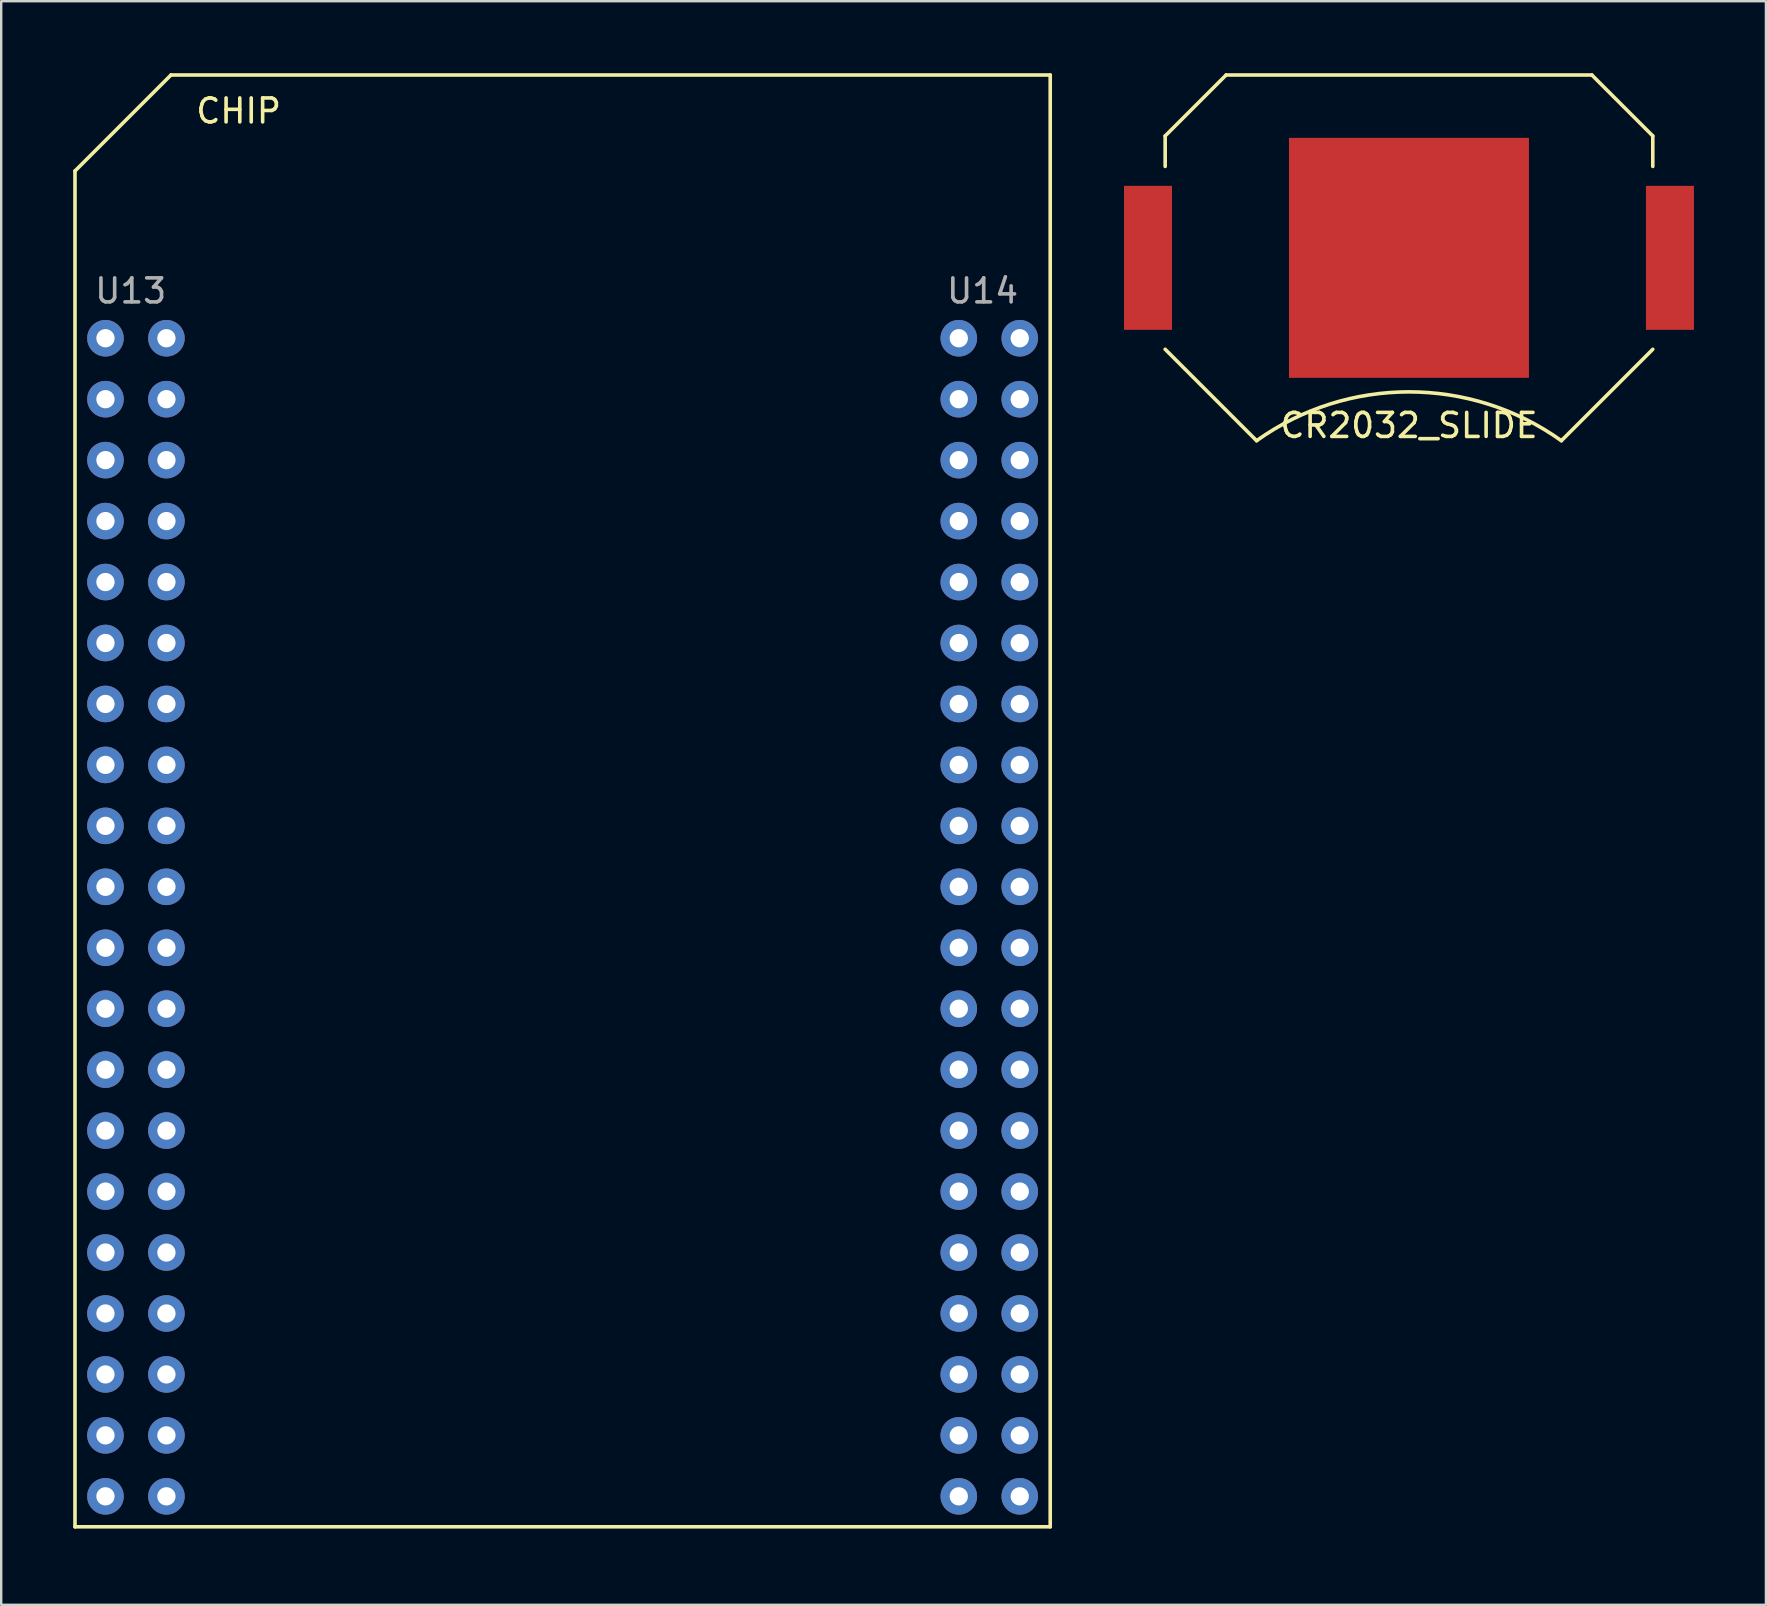
<source format=kicad_pcb>
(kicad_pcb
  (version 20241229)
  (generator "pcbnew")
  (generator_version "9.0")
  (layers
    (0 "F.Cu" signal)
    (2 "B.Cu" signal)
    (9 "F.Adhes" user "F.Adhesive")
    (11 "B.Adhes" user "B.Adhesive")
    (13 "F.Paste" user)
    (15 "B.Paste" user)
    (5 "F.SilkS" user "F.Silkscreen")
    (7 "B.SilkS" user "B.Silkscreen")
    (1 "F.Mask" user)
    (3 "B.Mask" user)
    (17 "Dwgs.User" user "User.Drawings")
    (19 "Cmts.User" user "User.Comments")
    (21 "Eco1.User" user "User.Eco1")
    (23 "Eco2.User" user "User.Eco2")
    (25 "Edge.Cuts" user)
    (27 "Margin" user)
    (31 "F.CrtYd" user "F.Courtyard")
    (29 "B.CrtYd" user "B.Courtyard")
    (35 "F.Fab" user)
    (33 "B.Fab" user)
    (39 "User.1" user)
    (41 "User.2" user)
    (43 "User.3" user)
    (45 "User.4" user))
  (footprint "CR2032_SLIDE"
    (layer "F.Cu")
    (at 55.665 7.695)
    (property "Reference" "CR2032_SLIDE" (at 0 6.985 0) (layer "F.SilkS") (effects (font (size 1 1) (thickness 0.15))))
    (attr through_hole)
    (fp_line (start -10.16 -5.08) (end -7.62 -7.62) (stroke (width 0.15) (type solid)) (layer "F.SilkS"))
    (fp_line (start -10.16 -3.81) (end -10.16 -5.08) (stroke (width 0.15) (type solid)) (layer "F.SilkS"))
    (fp_line (start -10.16 3.81) (end -6.35 7.62) (stroke (width 0.15) (type solid)) (layer "F.SilkS"))
    (fp_line (start -7.62 -7.62) (end 7.62 -7.62) (stroke (width 0.15) (type solid)) (layer "F.SilkS"))
    (fp_line (start 6.35 7.62) (end 10.16 3.81) (stroke (width 0.15) (type solid)) (layer "F.SilkS"))
    (fp_line (start 7.62 -7.62) (end 10.16 -5.08) (stroke (width 0.15) (type solid)) (layer "F.SilkS"))
    (fp_line (start 10.16 -5.08) (end 10.16 -3.81) (stroke (width 0.15) (type solid)) (layer "F.SilkS"))
    (fp_arc (start -6.35 7.62) (mid 0 5.585047) (end 6.35 7.62) (stroke (width 0.15) (type solid)) (layer "F.SilkS"))
    (pad "1" smd rect (at -10.875 0) (size 2 6) (layers "F.Cu" "F.Mask" "F.Paste"))
    (pad "1" smd rect (at 10.875 0) (size 2 6) (layers "F.Cu" "F.Mask" "F.Paste"))
    (pad "2" smd rect (at 0 0) (size 10 10) (layers "F.Cu" "F.Mask" "F.Paste")))
  (footprint "CHIP"
    (layer "F.Cu")
    (at 20.395 60.575)
    (property "Reference" "CHIP" (at -13.5 -59 0) (layer "F.SilkS") (effects (font (size 1 1) (thickness 0.15))))
    (attr through_hole)
    (fp_line (start -20.32 -56.5) (end -20.32 0) (stroke (width 0.15) (type solid)) (layer "F.SilkS"))
    (fp_line (start -20.32 -56.5) (end -16.32 -60.5) (stroke (width 0.15) (type solid)) (layer "F.SilkS"))
    (fp_line (start -20.32 0) (end 20.32 0) (stroke (width 0.15) (type solid)) (layer "F.SilkS"))
    (fp_line (start 20.32 -60.5) (end -16.32 -60.5) (stroke (width 0.15) (type solid)) (layer "F.SilkS"))
    (fp_line (start 20.32 0) (end 20.32 -60.5) (stroke (width 0.15) (type solid)) (layer "F.SilkS"))
    (fp_text user "U13" (at -18 -51.5 0) (layer "F.Fab") (effects (font (size 1 1) (thickness 0.15))))
    (fp_text user "U14" (at 17.5 -51.5 0) (layer "F.Fab") (effects (font (size 1 1) (thickness 0.15))))
    (pad "1" thru_hole circle (at -19.05 -49.53) (size 1.524 1.524) (drill 0.762) (layers "*.Cu" "*.Mask"))
    (pad "2" thru_hole circle (at -16.51 -49.53) (size 1.524 1.524) (drill 0.762) (layers "*.Cu" "*.Mask"))
    (pad "3" thru_hole circle (at -19.05 -46.99) (size 1.524 1.524) (drill 0.762) (layers "*.Cu" "*.Mask"))
    (pad "4" thru_hole circle (at -16.51 -46.99) (size 1.524 1.524) (drill 0.762) (layers "*.Cu" "*.Mask"))
    (pad "5" thru_hole circle (at -19.05 -44.45) (size 1.524 1.524) (drill 0.762) (layers "*.Cu" "*.Mask"))
    (pad "6" thru_hole circle (at -16.51 -44.45) (size 1.524 1.524) (drill 0.762) (layers "*.Cu" "*.Mask"))
    (pad "7" thru_hole circle (at -19.05 -41.91) (size 1.524 1.524) (drill 0.762) (layers "*.Cu" "*.Mask"))
    (pad "8" thru_hole circle (at -16.51 -41.91) (size 1.524 1.524) (drill 0.762) (layers "*.Cu" "*.Mask"))
    (pad "9" thru_hole circle (at -19.05 -39.37) (size 1.524 1.524) (drill 0.762) (layers "*.Cu" "*.Mask"))
    (pad "10" thru_hole circle (at -16.51 -39.37) (size 1.524 1.524) (drill 0.762) (layers "*.Cu" "*.Mask"))
    (pad "11" thru_hole circle (at -19.05 -36.83) (size 1.524 1.524) (drill 0.762) (layers "*.Cu" "*.Mask"))
    (pad "12" thru_hole circle (at -16.51 -36.83) (size 1.524 1.524) (drill 0.762) (layers "*.Cu" "*.Mask"))
    (pad "13" thru_hole circle (at -19.05 -34.29) (size 1.524 1.524) (drill 0.762) (layers "*.Cu" "*.Mask"))
    (pad "14" thru_hole circle (at -16.51 -34.29) (size 1.524 1.524) (drill 0.762) (layers "*.Cu" "*.Mask"))
    (pad "15" thru_hole circle (at -19.05 -31.75) (size 1.524 1.524) (drill 0.762) (layers "*.Cu" "*.Mask"))
    (pad "16" thru_hole circle (at -16.51 -31.75) (size 1.524 1.524) (drill 0.762) (layers "*.Cu" "*.Mask"))
    (pad "17" thru_hole circle (at -19.05 -29.21) (size 1.524 1.524) (drill 0.762) (layers "*.Cu" "*.Mask"))
    (pad "18" thru_hole circle (at -16.51 -29.21) (size 1.524 1.524) (drill 0.762) (layers "*.Cu" "*.Mask"))
    (pad "19" thru_hole circle (at -19.05 -26.67) (size 1.524 1.524) (drill 0.762) (layers "*.Cu" "*.Mask"))
    (pad "20" thru_hole circle (at -16.51 -26.67) (size 1.524 1.524) (drill 0.762) (layers "*.Cu" "*.Mask"))
    (pad "21" thru_hole circle (at -19.05 -24.13) (size 1.524 1.524) (drill 0.762) (layers "*.Cu" "*.Mask"))
    (pad "22" thru_hole circle (at -16.51 -24.13) (size 1.524 1.524) (drill 0.762) (layers "*.Cu" "*.Mask"))
    (pad "23" thru_hole circle (at -19.05 -21.59) (size 1.524 1.524) (drill 0.762) (layers "*.Cu" "*.Mask"))
    (pad "24" thru_hole circle (at -16.51 -21.59) (size 1.524 1.524) (drill 0.762) (layers "*.Cu" "*.Mask"))
    (pad "25" thru_hole circle (at -19.05 -19.05) (size 1.524 1.524) (drill 0.762) (layers "*.Cu" "*.Mask"))
    (pad "26" thru_hole circle (at -16.51 -19.05) (size 1.524 1.524) (drill 0.762) (layers "*.Cu" "*.Mask"))
    (pad "27" thru_hole circle (at -19.05 -16.51) (size 1.524 1.524) (drill 0.762) (layers "*.Cu" "*.Mask"))
    (pad "28" thru_hole circle (at -16.51 -16.51) (size 1.524 1.524) (drill 0.762) (layers "*.Cu" "*.Mask"))
    (pad "29" thru_hole circle (at -19.05 -13.97) (size 1.524 1.524) (drill 0.762) (layers "*.Cu" "*.Mask"))
    (pad "30" thru_hole circle (at -16.51 -13.97) (size 1.524 1.524) (drill 0.762) (layers "*.Cu" "*.Mask"))
    (pad "31" thru_hole circle (at -19.05 -11.43) (size 1.524 1.524) (drill 0.762) (layers "*.Cu" "*.Mask"))
    (pad "32" thru_hole circle (at -16.51 -11.43) (size 1.524 1.524) (drill 0.762) (layers "*.Cu" "*.Mask"))
    (pad "33" thru_hole circle (at -19.05 -8.89) (size 1.524 1.524) (drill 0.762) (layers "*.Cu" "*.Mask"))
    (pad "34" thru_hole circle (at -16.51 -8.89) (size 1.524 1.524) (drill 0.762) (layers "*.Cu" "*.Mask"))
    (pad "35" thru_hole circle (at -19.05 -6.35) (size 1.524 1.524) (drill 0.762) (layers "*.Cu" "*.Mask"))
    (pad "36" thru_hole circle (at -16.51 -6.35) (size 1.524 1.524) (drill 0.762) (layers "*.Cu" "*.Mask"))
    (pad "37" thru_hole circle (at -19.05 -3.81) (size 1.524 1.524) (drill 0.762) (layers "*.Cu" "*.Mask"))
    (pad "38" thru_hole circle (at -16.51 -3.81) (size 1.524 1.524) (drill 0.762) (layers "*.Cu" "*.Mask"))
    (pad "39" thru_hole circle (at -19.05 -1.27) (size 1.524 1.524) (drill 0.762) (layers "*.Cu" "*.Mask"))
    (pad "40" thru_hole circle (at -16.51 -1.27) (size 1.524 1.524) (drill 0.762) (layers "*.Cu" "*.Mask"))
    (pad "41" thru_hole circle (at 16.51 -49.53) (size 1.524 1.524) (drill 0.762) (layers "*.Cu" "*.Mask"))
    (pad "42" thru_hole circle (at 19.05 -49.53) (size 1.524 1.524) (drill 0.762) (layers "*.Cu" "*.Mask"))
    (pad "43" thru_hole circle (at 16.51 -46.99) (size 1.524 1.524) (drill 0.762) (layers "*.Cu" "*.Mask"))
    (pad "44" thru_hole circle (at 19.05 -46.99) (size 1.524 1.524) (drill 0.762) (layers "*.Cu" "*.Mask"))
    (pad "45" thru_hole circle (at 16.51 -44.45) (size 1.524 1.524) (drill 0.762) (layers "*.Cu" "*.Mask"))
    (pad "46" thru_hole circle (at 19.05 -44.45) (size 1.524 1.524) (drill 0.762) (layers "*.Cu" "*.Mask"))
    (pad "47" thru_hole circle (at 16.51 -41.91) (size 1.524 1.524) (drill 0.762) (layers "*.Cu" "*.Mask"))
    (pad "48" thru_hole circle (at 19.05 -41.91) (size 1.524 1.524) (drill 0.762) (layers "*.Cu" "*.Mask"))
    (pad "49" thru_hole circle (at 16.51 -39.37) (size 1.524 1.524) (drill 0.762) (layers "*.Cu" "*.Mask"))
    (pad "50" thru_hole circle (at 19.05 -39.37) (size 1.524 1.524) (drill 0.762) (layers "*.Cu" "*.Mask"))
    (pad "51" thru_hole circle (at 16.51 -36.83) (size 1.524 1.524) (drill 0.762) (layers "*.Cu" "*.Mask"))
    (pad "52" thru_hole circle (at 19.05 -36.83) (size 1.524 1.524) (drill 0.762) (layers "*.Cu" "*.Mask"))
    (pad "53" thru_hole circle (at 16.51 -34.29) (size 1.524 1.524) (drill 0.762) (layers "*.Cu" "*.Mask"))
    (pad "54" thru_hole circle (at 19.05 -34.29) (size 1.524 1.524) (drill 0.762) (layers "*.Cu" "*.Mask"))
    (pad "55" thru_hole circle (at 16.51 -31.75) (size 1.524 1.524) (drill 0.762) (layers "*.Cu" "*.Mask"))
    (pad "56" thru_hole circle (at 19.05 -31.75) (size 1.524 1.524) (drill 0.762) (layers "*.Cu" "*.Mask"))
    (pad "57" thru_hole circle (at 16.51 -29.21) (size 1.524 1.524) (drill 0.762) (layers "*.Cu" "*.Mask"))
    (pad "58" thru_hole circle (at 19.05 -29.21) (size 1.524 1.524) (drill 0.762) (layers "*.Cu" "*.Mask"))
    (pad "59" thru_hole circle (at 16.51 -26.67) (size 1.524 1.524) (drill 0.762) (layers "*.Cu" "*.Mask"))
    (pad "60" thru_hole circle (at 19.05 -26.67) (size 1.524 1.524) (drill 0.762) (layers "*.Cu" "*.Mask"))
    (pad "61" thru_hole circle (at 16.51 -24.13) (size 1.524 1.524) (drill 0.762) (layers "*.Cu" "*.Mask"))
    (pad "62" thru_hole circle (at 19.05 -24.13) (size 1.524 1.524) (drill 0.762) (layers "*.Cu" "*.Mask"))
    (pad "63" thru_hole circle (at 16.51 -21.59) (size 1.524 1.524) (drill 0.762) (layers "*.Cu" "*.Mask"))
    (pad "64" thru_hole circle (at 19.05 -21.59) (size 1.524 1.524) (drill 0.762) (layers "*.Cu" "*.Mask"))
    (pad "65" thru_hole circle (at 16.51 -19.05) (size 1.524 1.524) (drill 0.762) (layers "*.Cu" "*.Mask"))
    (pad "66" thru_hole circle (at 19.05 -19.05) (size 1.524 1.524) (drill 0.762) (layers "*.Cu" "*.Mask"))
    (pad "67" thru_hole circle (at 16.51 -16.51) (size 1.524 1.524) (drill 0.762) (layers "*.Cu" "*.Mask"))
    (pad "68" thru_hole circle (at 19.05 -16.51) (size 1.524 1.524) (drill 0.762) (layers "*.Cu" "*.Mask"))
    (pad "69" thru_hole circle (at 16.51 -13.97) (size 1.524 1.524) (drill 0.762) (layers "*.Cu" "*.Mask"))
    (pad "70" thru_hole circle (at 19.05 -13.97) (size 1.524 1.524) (drill 0.762) (layers "*.Cu" "*.Mask"))
    (pad "71" thru_hole circle (at 16.51 -11.43) (size 1.524 1.524) (drill 0.762) (layers "*.Cu" "*.Mask"))
    (pad "72" thru_hole circle (at 19.05 -11.43) (size 1.524 1.524) (drill 0.762) (layers "*.Cu" "*.Mask"))
    (pad "73" thru_hole circle (at 16.51 -8.89) (size 1.524 1.524) (drill 0.762) (layers "*.Cu" "*.Mask"))
    (pad "74" thru_hole circle (at 19.05 -8.89) (size 1.524 1.524) (drill 0.762) (layers "*.Cu" "*.Mask"))
    (pad "75" thru_hole circle (at 16.51 -6.35) (size 1.524 1.524) (drill 0.762) (layers "*.Cu" "*.Mask"))
    (pad "76" thru_hole circle (at 19.05 -6.35) (size 1.524 1.524) (drill 0.762) (layers "*.Cu" "*.Mask"))
    (pad "77" thru_hole circle (at 16.51 -3.81) (size 1.524 1.524) (drill 0.762) (layers "*.Cu" "*.Mask"))
    (pad "78" thru_hole circle (at 19.05 -3.81) (size 1.524 1.524) (drill 0.762) (layers "*.Cu" "*.Mask"))
    (pad "79" thru_hole circle (at 16.51 -1.27) (size 1.524 1.524) (drill 0.762) (layers "*.Cu" "*.Mask"))
    (pad "80" thru_hole circle (at 19.05 -1.27) (size 1.524 1.524) (drill 0.762) (layers "*.Cu" "*.Mask")))
  (gr_rect
    (start -3 -3)
    (end 70.54 63.825)
    (stroke (width 0.1) (type default))
    (fill no)
    (layer "Edge.Cuts")))
</source>
